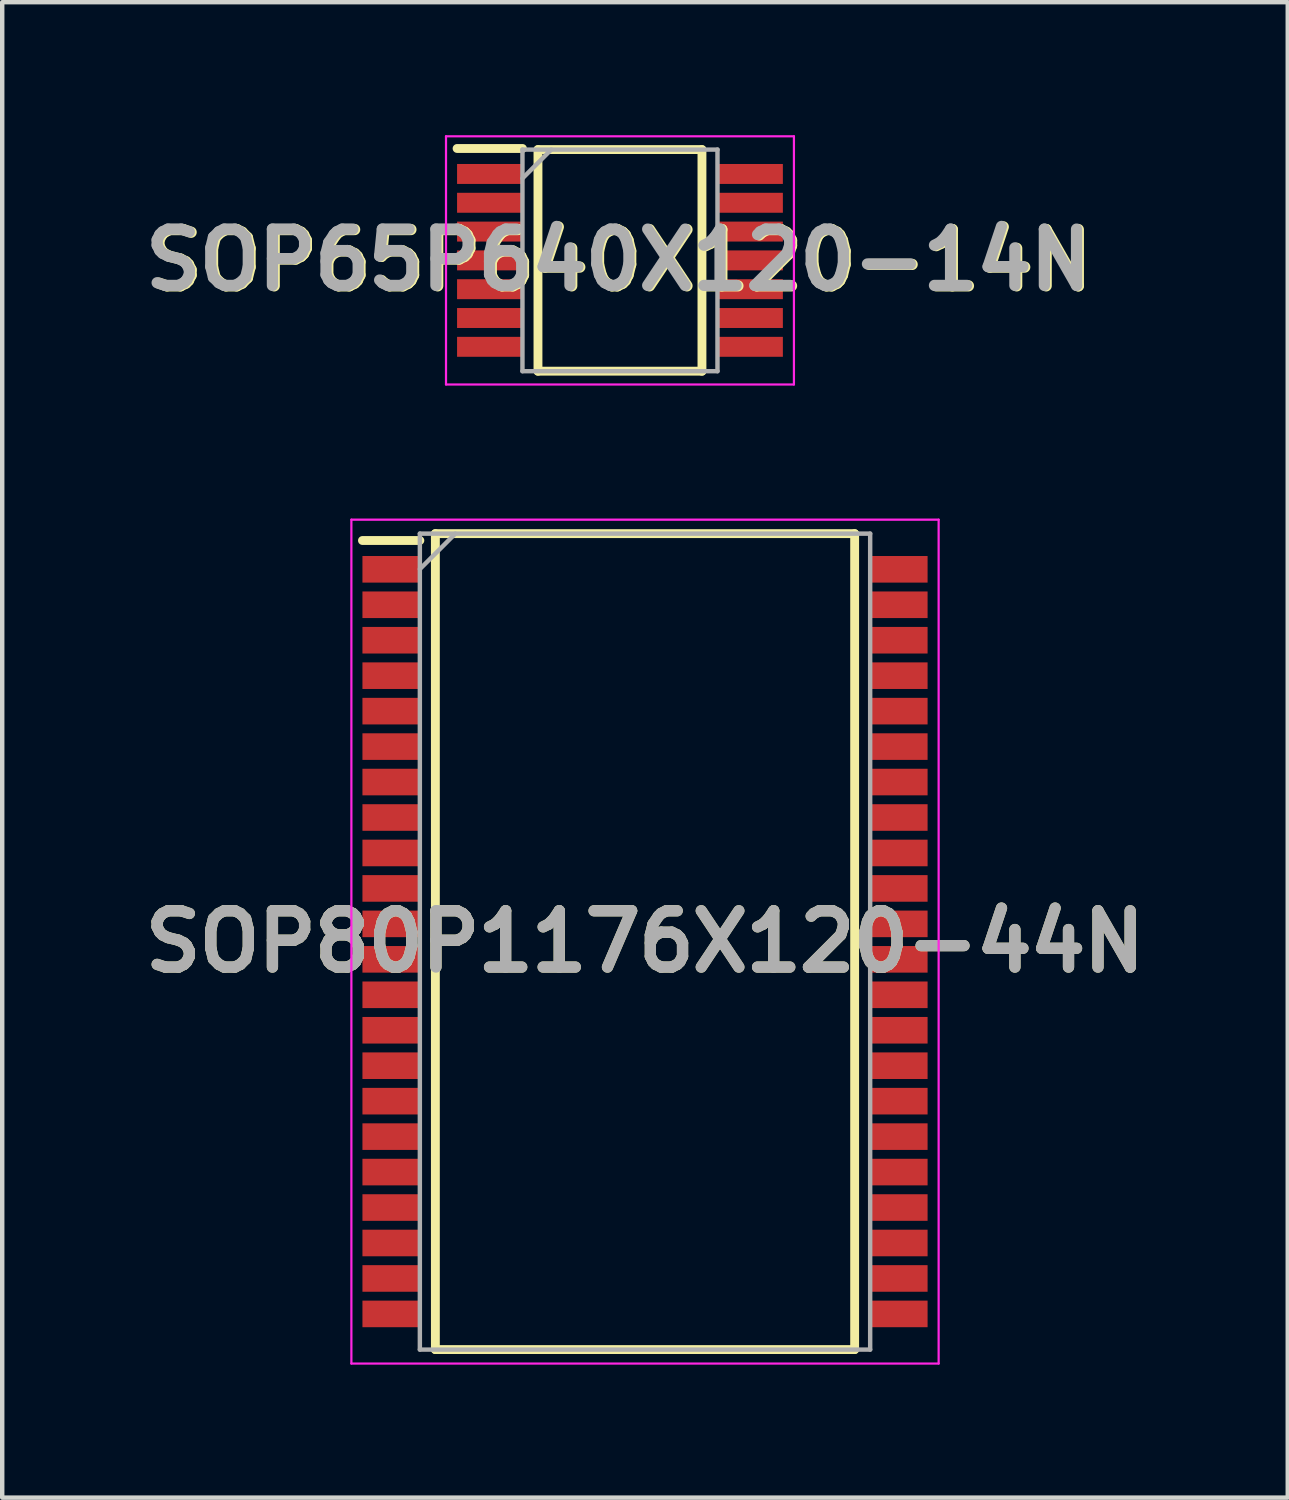
<source format=kicad_pcb>
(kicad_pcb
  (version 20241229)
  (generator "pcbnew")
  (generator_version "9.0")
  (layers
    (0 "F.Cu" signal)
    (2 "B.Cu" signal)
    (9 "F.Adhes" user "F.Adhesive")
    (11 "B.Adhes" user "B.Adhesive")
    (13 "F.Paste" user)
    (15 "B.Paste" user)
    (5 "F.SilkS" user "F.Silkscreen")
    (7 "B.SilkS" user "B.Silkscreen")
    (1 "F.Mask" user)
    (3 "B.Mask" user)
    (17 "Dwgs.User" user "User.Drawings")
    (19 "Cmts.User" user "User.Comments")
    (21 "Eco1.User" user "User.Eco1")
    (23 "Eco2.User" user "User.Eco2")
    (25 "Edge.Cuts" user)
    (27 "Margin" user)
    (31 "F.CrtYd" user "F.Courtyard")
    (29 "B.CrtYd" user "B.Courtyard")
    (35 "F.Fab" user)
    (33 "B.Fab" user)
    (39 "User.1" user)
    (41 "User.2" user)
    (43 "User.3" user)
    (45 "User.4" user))
  (footprint "SOP65P640X120-14N"
    (layer "F.Cu")
    (at 10.938 2.825)
    (property "Reference" "SOP65P640X120-14N" (at 0 0 0) (layer "F.SilkS") (effects (font (size 1.27 1.27) (thickness 0.254))))
    (attr smd)
    (fp_line (start -3.675 -2.525) (end -2.2 -2.525) (stroke (width 0.2) (type solid)) (layer "F.SilkS"))
    (fp_line (start -1.85 -2.5) (end 1.85 -2.5) (stroke (width 0.2) (type solid)) (layer "F.SilkS"))
    (fp_line (start -1.85 2.5) (end -1.85 -2.5) (stroke (width 0.2) (type solid)) (layer "F.SilkS"))
    (fp_line (start 1.85 -2.5) (end 1.85 2.5) (stroke (width 0.2) (type solid)) (layer "F.SilkS"))
    (fp_line (start 1.85 2.5) (end -1.85 2.5) (stroke (width 0.2) (type solid)) (layer "F.SilkS"))
    (fp_line (start -3.925 -2.8) (end 3.925 -2.8) (stroke (width 0.05) (type solid)) (layer "F.CrtYd"))
    (fp_line (start -3.925 2.8) (end -3.925 -2.8) (stroke (width 0.05) (type solid)) (layer "F.CrtYd"))
    (fp_line (start 3.925 -2.8) (end 3.925 2.8) (stroke (width 0.05) (type solid)) (layer "F.CrtYd"))
    (fp_line (start 3.925 2.8) (end -3.925 2.8) (stroke (width 0.05) (type solid)) (layer "F.CrtYd"))
    (fp_line (start -2.2 -2.5) (end 2.2 -2.5) (stroke (width 0.1) (type solid)) (layer "F.Fab"))
    (fp_line (start -2.2 -1.85) (end -1.55 -2.5) (stroke (width 0.1) (type solid)) (layer "F.Fab"))
    (fp_line (start -2.2 2.5) (end -2.2 -2.5) (stroke (width 0.1) (type solid)) (layer "F.Fab"))
    (fp_line (start 2.2 -2.5) (end 2.2 2.5) (stroke (width 0.1) (type solid)) (layer "F.Fab"))
    (fp_line (start 2.2 2.5) (end -2.2 2.5) (stroke (width 0.1) (type solid)) (layer "F.Fab"))
    (fp_text user "${REFERENCE}" (at -0.04 -0.01 0) (layer "F.Fab") (effects (font (size 1.27 1.27) (thickness 0.254))))
    (pad "1" smd rect (at -2.938 -1.95 90) (size 0.45 1.475) (layers "F.Cu" "F.Mask" "F.Paste"))
    (pad "2" smd rect (at -2.938 -1.3 90) (size 0.45 1.475) (layers "F.Cu" "F.Mask" "F.Paste"))
    (pad "3" smd rect (at -2.938 -0.65 90) (size 0.45 1.475) (layers "F.Cu" "F.Mask" "F.Paste"))
    (pad "4" smd rect (at -2.938 0 90) (size 0.45 1.475) (layers "F.Cu" "F.Mask" "F.Paste"))
    (pad "5" smd rect (at -2.938 0.65 90) (size 0.45 1.475) (layers "F.Cu" "F.Mask" "F.Paste"))
    (pad "6" smd rect (at -2.938 1.3 90) (size 0.45 1.475) (layers "F.Cu" "F.Mask" "F.Paste"))
    (pad "7" smd rect (at -2.938 1.95 90) (size 0.45 1.475) (layers "F.Cu" "F.Mask" "F.Paste"))
    (pad "8" smd rect (at 2.938 1.95 90) (size 0.45 1.475) (layers "F.Cu" "F.Mask" "F.Paste"))
    (pad "9" smd rect (at 2.938 1.3 90) (size 0.45 1.475) (layers "F.Cu" "F.Mask" "F.Paste"))
    (pad "10" smd rect (at 2.938 0.65 90) (size 0.45 1.475) (layers "F.Cu" "F.Mask" "F.Paste"))
    (pad "11" smd rect (at 2.938 0 90) (size 0.45 1.475) (layers "F.Cu" "F.Mask" "F.Paste"))
    (pad "12" smd rect (at 2.938 -0.65 90) (size 0.45 1.475) (layers "F.Cu" "F.Mask" "F.Paste"))
    (pad "13" smd rect (at 2.938 -1.3 90) (size 0.45 1.475) (layers "F.Cu" "F.Mask" "F.Paste"))
    (pad "14" smd rect (at 2.938 -1.95 90) (size 0.45 1.475) (layers "F.Cu" "F.Mask" "F.Paste")))
  (footprint "SOP80P1176X120-44N"
    (layer "F.Cu")
    (at 11.503 18.195)
    (property "Reference" "SOP80P1176X120-44N" (at 0 0 0) (layer "F.SilkS") (effects (font (size 1.27 1.27) (thickness 0.254))))
    (attr smd)
    (fp_line (start -6.375 -9.05) (end -5.08 -9.05) (stroke (width 0.2) (type solid)) (layer "F.SilkS"))
    (fp_line (start -4.73 -9.205) (end 4.73 -9.205) (stroke (width 0.2) (type solid)) (layer "F.SilkS"))
    (fp_line (start -4.73 9.205) (end -4.73 -9.205) (stroke (width 0.2) (type solid)) (layer "F.SilkS"))
    (fp_line (start 4.73 -9.205) (end 4.73 9.205) (stroke (width 0.2) (type solid)) (layer "F.SilkS"))
    (fp_line (start 4.73 9.205) (end -4.73 9.205) (stroke (width 0.2) (type solid)) (layer "F.SilkS"))
    (fp_line (start -6.625 -9.52) (end 6.625 -9.52) (stroke (width 0.05) (type solid)) (layer "F.CrtYd"))
    (fp_line (start -6.625 9.52) (end -6.625 -9.52) (stroke (width 0.05) (type solid)) (layer "F.CrtYd"))
    (fp_line (start 6.625 -9.52) (end 6.625 9.52) (stroke (width 0.05) (type solid)) (layer "F.CrtYd"))
    (fp_line (start 6.625 9.52) (end -6.625 9.52) (stroke (width 0.05) (type solid)) (layer "F.CrtYd"))
    (fp_line (start -5.08 -9.205) (end 5.08 -9.205) (stroke (width 0.1) (type solid)) (layer "F.Fab"))
    (fp_line (start -5.08 -8.405) (end -4.28 -9.205) (stroke (width 0.1) (type solid)) (layer "F.Fab"))
    (fp_line (start -5.08 9.205) (end -5.08 -9.205) (stroke (width 0.1) (type solid)) (layer "F.Fab"))
    (fp_line (start 5.08 -9.205) (end 5.08 9.205) (stroke (width 0.1) (type solid)) (layer "F.Fab"))
    (fp_line (start 5.08 9.205) (end -5.08 9.205) (stroke (width 0.1) (type solid)) (layer "F.Fab"))
    (fp_text user "${REFERENCE}" (at 0 0 0) (layer "F.Fab") (effects (font (size 1.27 1.27) (thickness 0.254))))
    (pad "1" smd rect (at -5.728 -8.4 90) (size 0.6 1.295) (layers "F.Cu" "F.Mask" "F.Paste"))
    (pad "2" smd rect (at -5.728 -7.6 90) (size 0.6 1.295) (layers "F.Cu" "F.Mask" "F.Paste"))
    (pad "3" smd rect (at -5.728 -6.8 90) (size 0.6 1.295) (layers "F.Cu" "F.Mask" "F.Paste"))
    (pad "4" smd rect (at -5.728 -6 90) (size 0.6 1.295) (layers "F.Cu" "F.Mask" "F.Paste"))
    (pad "5" smd rect (at -5.728 -5.2 90) (size 0.6 1.295) (layers "F.Cu" "F.Mask" "F.Paste"))
    (pad "6" smd rect (at -5.728 -4.4 90) (size 0.6 1.295) (layers "F.Cu" "F.Mask" "F.Paste"))
    (pad "7" smd rect (at -5.728 -3.6 90) (size 0.6 1.295) (layers "F.Cu" "F.Mask" "F.Paste"))
    (pad "8" smd rect (at -5.728 -2.8 90) (size 0.6 1.295) (layers "F.Cu" "F.Mask" "F.Paste"))
    (pad "9" smd rect (at -5.728 -2 90) (size 0.6 1.295) (layers "F.Cu" "F.Mask" "F.Paste"))
    (pad "10" smd rect (at -5.728 -1.2 90) (size 0.6 1.295) (layers "F.Cu" "F.Mask" "F.Paste"))
    (pad "11" smd rect (at -5.728 -0.4 90) (size 0.6 1.295) (layers "F.Cu" "F.Mask" "F.Paste"))
    (pad "12" smd rect (at -5.728 0.4 90) (size 0.6 1.295) (layers "F.Cu" "F.Mask" "F.Paste"))
    (pad "13" smd rect (at -5.728 1.2 90) (size 0.6 1.295) (layers "F.Cu" "F.Mask" "F.Paste"))
    (pad "14" smd rect (at -5.728 2 90) (size 0.6 1.295) (layers "F.Cu" "F.Mask" "F.Paste"))
    (pad "15" smd rect (at -5.728 2.8 90) (size 0.6 1.295) (layers "F.Cu" "F.Mask" "F.Paste"))
    (pad "16" smd rect (at -5.728 3.6 90) (size 0.6 1.295) (layers "F.Cu" "F.Mask" "F.Paste"))
    (pad "17" smd rect (at -5.728 4.4 90) (size 0.6 1.295) (layers "F.Cu" "F.Mask" "F.Paste"))
    (pad "18" smd rect (at -5.728 5.2 90) (size 0.6 1.295) (layers "F.Cu" "F.Mask" "F.Paste"))
    (pad "19" smd rect (at -5.728 6 90) (size 0.6 1.295) (layers "F.Cu" "F.Mask" "F.Paste"))
    (pad "20" smd rect (at -5.728 6.8 90) (size 0.6 1.295) (layers "F.Cu" "F.Mask" "F.Paste"))
    (pad "21" smd rect (at -5.728 7.6 90) (size 0.6 1.295) (layers "F.Cu" "F.Mask" "F.Paste"))
    (pad "22" smd rect (at -5.728 8.4 90) (size 0.6 1.295) (layers "F.Cu" "F.Mask" "F.Paste"))
    (pad "23" smd rect (at 5.728 8.4 90) (size 0.6 1.295) (layers "F.Cu" "F.Mask" "F.Paste"))
    (pad "24" smd rect (at 5.728 7.6 90) (size 0.6 1.295) (layers "F.Cu" "F.Mask" "F.Paste"))
    (pad "25" smd rect (at 5.728 6.8 90) (size 0.6 1.295) (layers "F.Cu" "F.Mask" "F.Paste"))
    (pad "26" smd rect (at 5.728 6 90) (size 0.6 1.295) (layers "F.Cu" "F.Mask" "F.Paste"))
    (pad "27" smd rect (at 5.728 5.2 90) (size 0.6 1.295) (layers "F.Cu" "F.Mask" "F.Paste"))
    (pad "28" smd rect (at 5.728 4.4 90) (size 0.6 1.295) (layers "F.Cu" "F.Mask" "F.Paste"))
    (pad "29" smd rect (at 5.728 3.6 90) (size 0.6 1.295) (layers "F.Cu" "F.Mask" "F.Paste"))
    (pad "30" smd rect (at 5.728 2.8 90) (size 0.6 1.295) (layers "F.Cu" "F.Mask" "F.Paste"))
    (pad "31" smd rect (at 5.728 2 90) (size 0.6 1.295) (layers "F.Cu" "F.Mask" "F.Paste"))
    (pad "32" smd rect (at 5.728 1.2 90) (size 0.6 1.295) (layers "F.Cu" "F.Mask" "F.Paste"))
    (pad "33" smd rect (at 5.728 0.4 90) (size 0.6 1.295) (layers "F.Cu" "F.Mask" "F.Paste"))
    (pad "34" smd rect (at 5.728 -0.4 90) (size 0.6 1.295) (layers "F.Cu" "F.Mask" "F.Paste"))
    (pad "35" smd rect (at 5.728 -1.2 90) (size 0.6 1.295) (layers "F.Cu" "F.Mask" "F.Paste"))
    (pad "36" smd rect (at 5.728 -2 90) (size 0.6 1.295) (layers "F.Cu" "F.Mask" "F.Paste"))
    (pad "37" smd rect (at 5.728 -2.8 90) (size 0.6 1.295) (layers "F.Cu" "F.Mask" "F.Paste"))
    (pad "38" smd rect (at 5.728 -3.6 90) (size 0.6 1.295) (layers "F.Cu" "F.Mask" "F.Paste"))
    (pad "39" smd rect (at 5.728 -4.4 90) (size 0.6 1.295) (layers "F.Cu" "F.Mask" "F.Paste"))
    (pad "40" smd rect (at 5.728 -5.2 90) (size 0.6 1.295) (layers "F.Cu" "F.Mask" "F.Paste"))
    (pad "41" smd rect (at 5.728 -6 90) (size 0.6 1.295) (layers "F.Cu" "F.Mask" "F.Paste"))
    (pad "42" smd rect (at 5.728 -6.8 90) (size 0.6 1.295) (layers "F.Cu" "F.Mask" "F.Paste"))
    (pad "43" smd rect (at 5.728 -7.6 90) (size 0.6 1.295) (layers "F.Cu" "F.Mask" "F.Paste"))
    (pad "44" smd rect (at 5.728 -8.4 90) (size 0.6 1.295) (layers "F.Cu" "F.Mask" "F.Paste")))
  (gr_rect
    (start -3 -3)
    (end 26.005 30.74)
    (stroke (width 0.1) (type default))
    (fill no)
    (layer "Edge.Cuts")))
</source>
